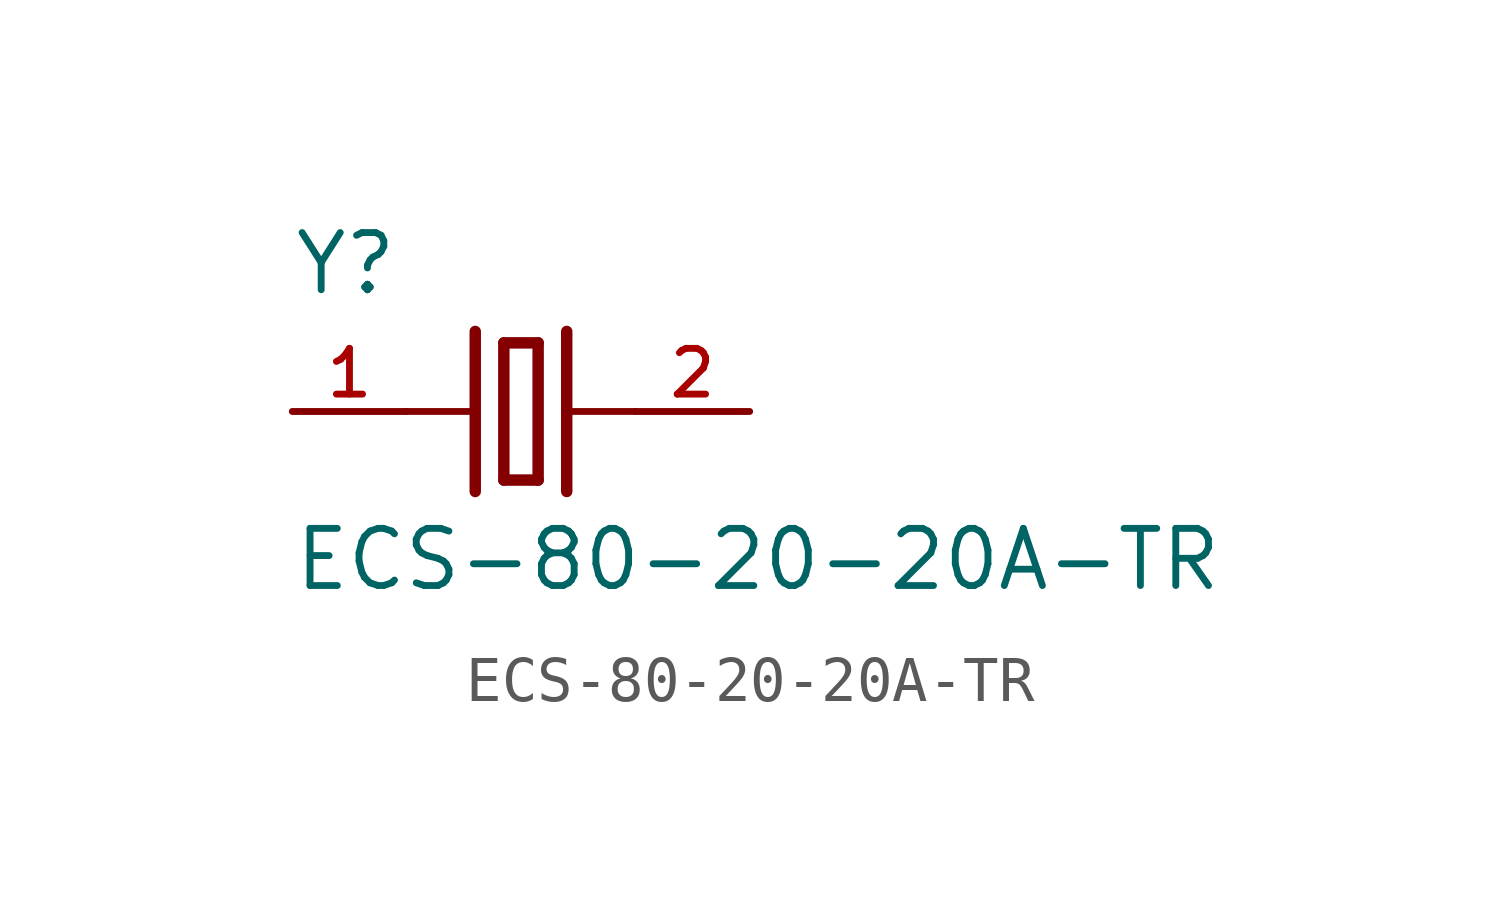
<source format=kicad_sym>
(kicad_symbol_lib
  (version 20211014)
  (generator kicad_symbol_editor)
  (symbol "ECS-80-20-20A-TR"
    (pin_names
      (offset 1.016))
    (property "Reference" "Y"
      (at -5.083 2.541 0)
      (effects (font (size 1.27 1.27)) (justify bottom left)))
    (property "Value" "ECS-80-20-20A-TR"
      (at -5.088 -2.544 0.0)
      (effects (font (size 1.27 1.27)) (justify top left)))
    (symbol "ECS-80-20-20A-TR_0_0"
      (polyline (pts (xy 1.016 0.0) (xy 2.54 0.0)) (stroke (width 0.152)))
      (polyline (pts (xy -2.54 0.0) (xy -1.016 0.0)) (stroke (width 0.152)))
      (polyline (pts (xy -0.381 1.524) (xy -0.381 -1.524)) (stroke (width 0.254)))
      (polyline (pts (xy -0.381 -1.524) (xy 0.381 -1.524)) (stroke (width 0.254)))
      (polyline (pts (xy 0.381 -1.524) (xy 0.381 1.524)) (stroke (width 0.254)))
      (polyline (pts (xy 0.381 1.524) (xy -0.381 1.524)) (stroke (width 0.254)))
      (polyline (pts (xy 1.016 1.778) (xy 1.016 -1.778)) (stroke (width 0.254)))
      (polyline (pts (xy -1.016 1.778) (xy -1.016 -1.778)) (stroke (width 0.254)))
      (pin passive line (at 5.08 0.0 180.0) (length 2.54) (name "~" (effects (font (size 1.016 1.016)))) (number "2" (effects (font (size 1.016 1.016)))))
      (pin passive line (at -5.08 0.0 0) (length 2.54) (name "~" (effects (font (size 1.016 1.016)))) (number "1" (effects (font (size 1.016 1.016))))))))
</source>
